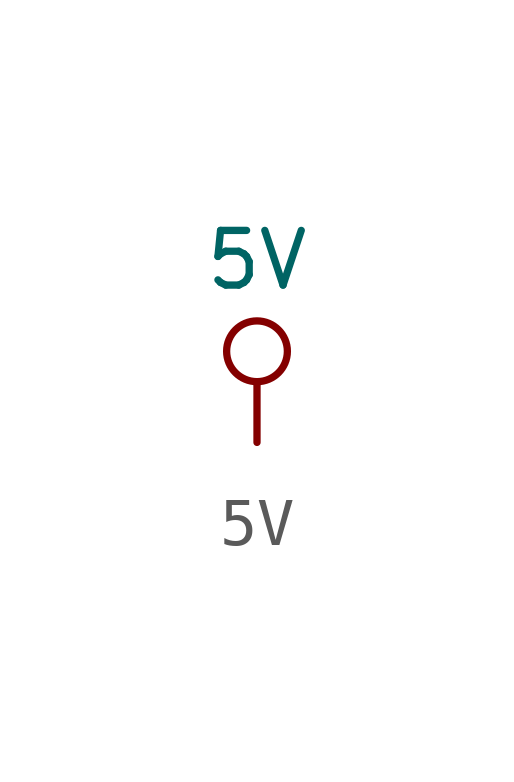
<source format=kicad_sym>
(kicad_symbol_lib
  (version 20211014)
  (generator kicad_symbol_editor)
  (symbol "5V"
    (power)
    (pin_names
      (offset 0))
    (property "Reference" "#PWR"
      (at 0 -3.81 0)
      (effects (font (size 1.27 1.27)) hide))
    (property "Value" "5V"
      (at 0 3.81 0)
      (effects (font (size 1.143 1.143))))
    (property "Footprint" ""
      (at 0 0 0)
      (effects (font (size 1.27 1.27))))
    (property "Datasheet" ""
      (at 0 0 0)
      (effects (font (size 1.27 1.27))))
    (symbol "5V_0_1"
      (polyline (pts (xy 0 0) (xy 0 1.27)) (stroke (width 0) (type default) (color 0 0 0 0)) (fill (type none)))
      (circle (center 0 1.905) (radius 0.635) (stroke (width 0) (type default) (color 0 0 0 0)) (fill (type none))))
    (symbol "5V_1_1"
      (pin power_in line (at 0 0 90) (length 0) hide (name "5V" (effects (font (size 1.27 1.27)))) (number "1" (effects (font (size 1.27 1.27))))))))
</source>
